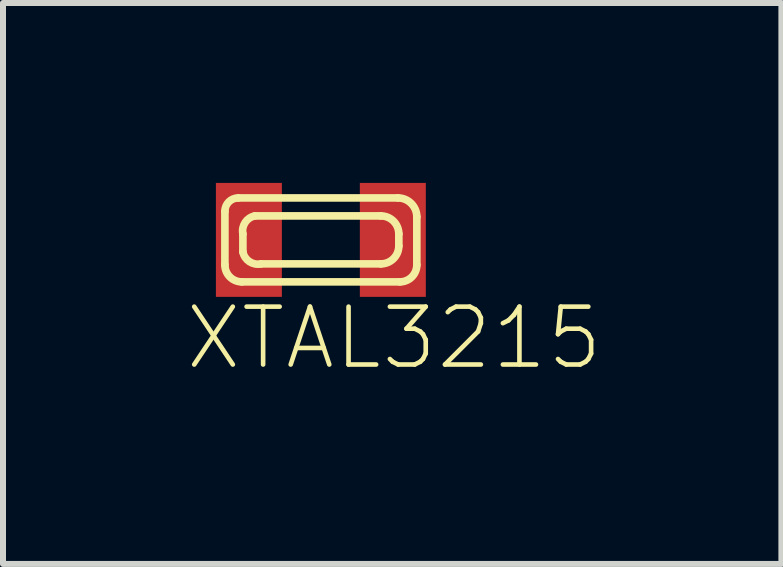
<source format=kicad_pcb>
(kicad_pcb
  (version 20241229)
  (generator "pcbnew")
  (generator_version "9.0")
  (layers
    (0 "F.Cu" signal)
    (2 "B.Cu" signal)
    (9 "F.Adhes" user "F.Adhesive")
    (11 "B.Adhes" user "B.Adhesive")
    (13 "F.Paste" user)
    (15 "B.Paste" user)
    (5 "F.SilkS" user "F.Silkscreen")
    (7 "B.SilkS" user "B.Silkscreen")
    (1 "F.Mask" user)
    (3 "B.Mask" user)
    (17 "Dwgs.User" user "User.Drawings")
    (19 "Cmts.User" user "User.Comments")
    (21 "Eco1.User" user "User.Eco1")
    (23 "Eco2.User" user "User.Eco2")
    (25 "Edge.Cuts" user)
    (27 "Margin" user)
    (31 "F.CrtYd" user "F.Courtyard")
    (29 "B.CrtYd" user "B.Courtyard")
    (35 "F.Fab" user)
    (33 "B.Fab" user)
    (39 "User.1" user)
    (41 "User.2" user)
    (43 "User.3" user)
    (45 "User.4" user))
  (footprint "XTAL3215"
    (layer "F.Cu")
    (at 2.3 0.95)
    (property "Reference" "XTAL3215" (at -2.3 2.2 0) (layer "F.SilkS") (effects (font (size 0.965 0.965) (thickness 0.077)) (justify left bottom)))
    (attr through_hole)
    (fp_line (start -1.6 0.417) (end -1.6 -0.476) (stroke (width 0.127) (type solid)) (layer "F.SilkS"))
    (fp_line (start -1.376 -0.7) (end 1.284 -0.7) (stroke (width 0.127) (type solid)) (layer "F.SilkS"))
    (fp_line (start -1.3 0.2) (end -1.3 -0.1) (stroke (width 0.127) (type solid)) (layer "F.SilkS"))
    (fp_line (start -1.1 -0.4) (end 1 -0.4) (stroke (width 0.127) (type solid)) (layer "F.SilkS"))
    (fp_line (start 1 0.4) (end -1 0.4) (stroke (width 0.127) (type solid)) (layer "F.SilkS"))
    (fp_line (start 1.3 -0.1) (end 1.3 0.1) (stroke (width 0.127) (type solid)) (layer "F.SilkS"))
    (fp_line (start 1.317 0.7) (end -1.317 0.7) (stroke (width 0.127) (type solid)) (layer "F.SilkS"))
    (fp_line (start 1.6 -0.384) (end 1.6 0.417) (stroke (width 0.127) (type solid)) (layer "F.SilkS"))
    (fp_arc (start -1.6 -0.4764) (mid -1.534509 -0.634509) (end -1.3764 -0.7) (stroke (width 0.127) (type solid)) (layer "F.SilkS"))
    (fp_arc (start -1.3172 0.7) (mid -1.51717 0.61717) (end -1.6 0.4172) (stroke (width 0.127) (type solid)) (layer "F.SilkS"))
    (fp_arc (start -1.3 -0.1) (mid -1.262161 -0.291441) (end -1.099999 -0.399999) (stroke (width 0.127) (type solid)) (layer "F.SilkS"))
    (fp_arc (start -1 0.4) (mid -1.191422 0.362132) (end -1.300001 0.199999) (stroke (width 0.127) (type solid)) (layer "F.SilkS"))
    (fp_arc (start 1 -0.4) (mid 1.212103 -0.312103) (end 1.3 -0.1) (stroke (width 0.127) (type solid)) (layer "F.SilkS"))
    (fp_arc (start 1.2838 -0.7) (mid 1.507387 -0.607387) (end 1.6 -0.3838) (stroke (width 0.127) (type solid)) (layer "F.SilkS"))
    (fp_arc (start 1.3 0.1) (mid 1.212131 0.312132) (end 0.999999 0.399999) (stroke (width 0.127) (type solid)) (layer "F.SilkS"))
    (fp_arc (start 1.6 0.4172) (mid 1.51717 0.61717) (end 1.3172 0.7) (stroke (width 0.127) (type solid)) (layer "F.SilkS"))
    (pad "P$1" smd rect (at 1.2 0) (size 1.1 1.9) (layers "F.Cu" "F.Mask" "F.Paste"))
    (pad "P$2" smd rect (at -1.2 0 180) (size 1.1 1.9) (layers "F.Cu" "F.Mask" "F.Paste")))
  (gr_rect
    (start -3 -3)
    (end 9.979 6.353)
    (stroke (width 0.1) (type default))
    (fill no)
    (layer "Edge.Cuts")))
</source>
